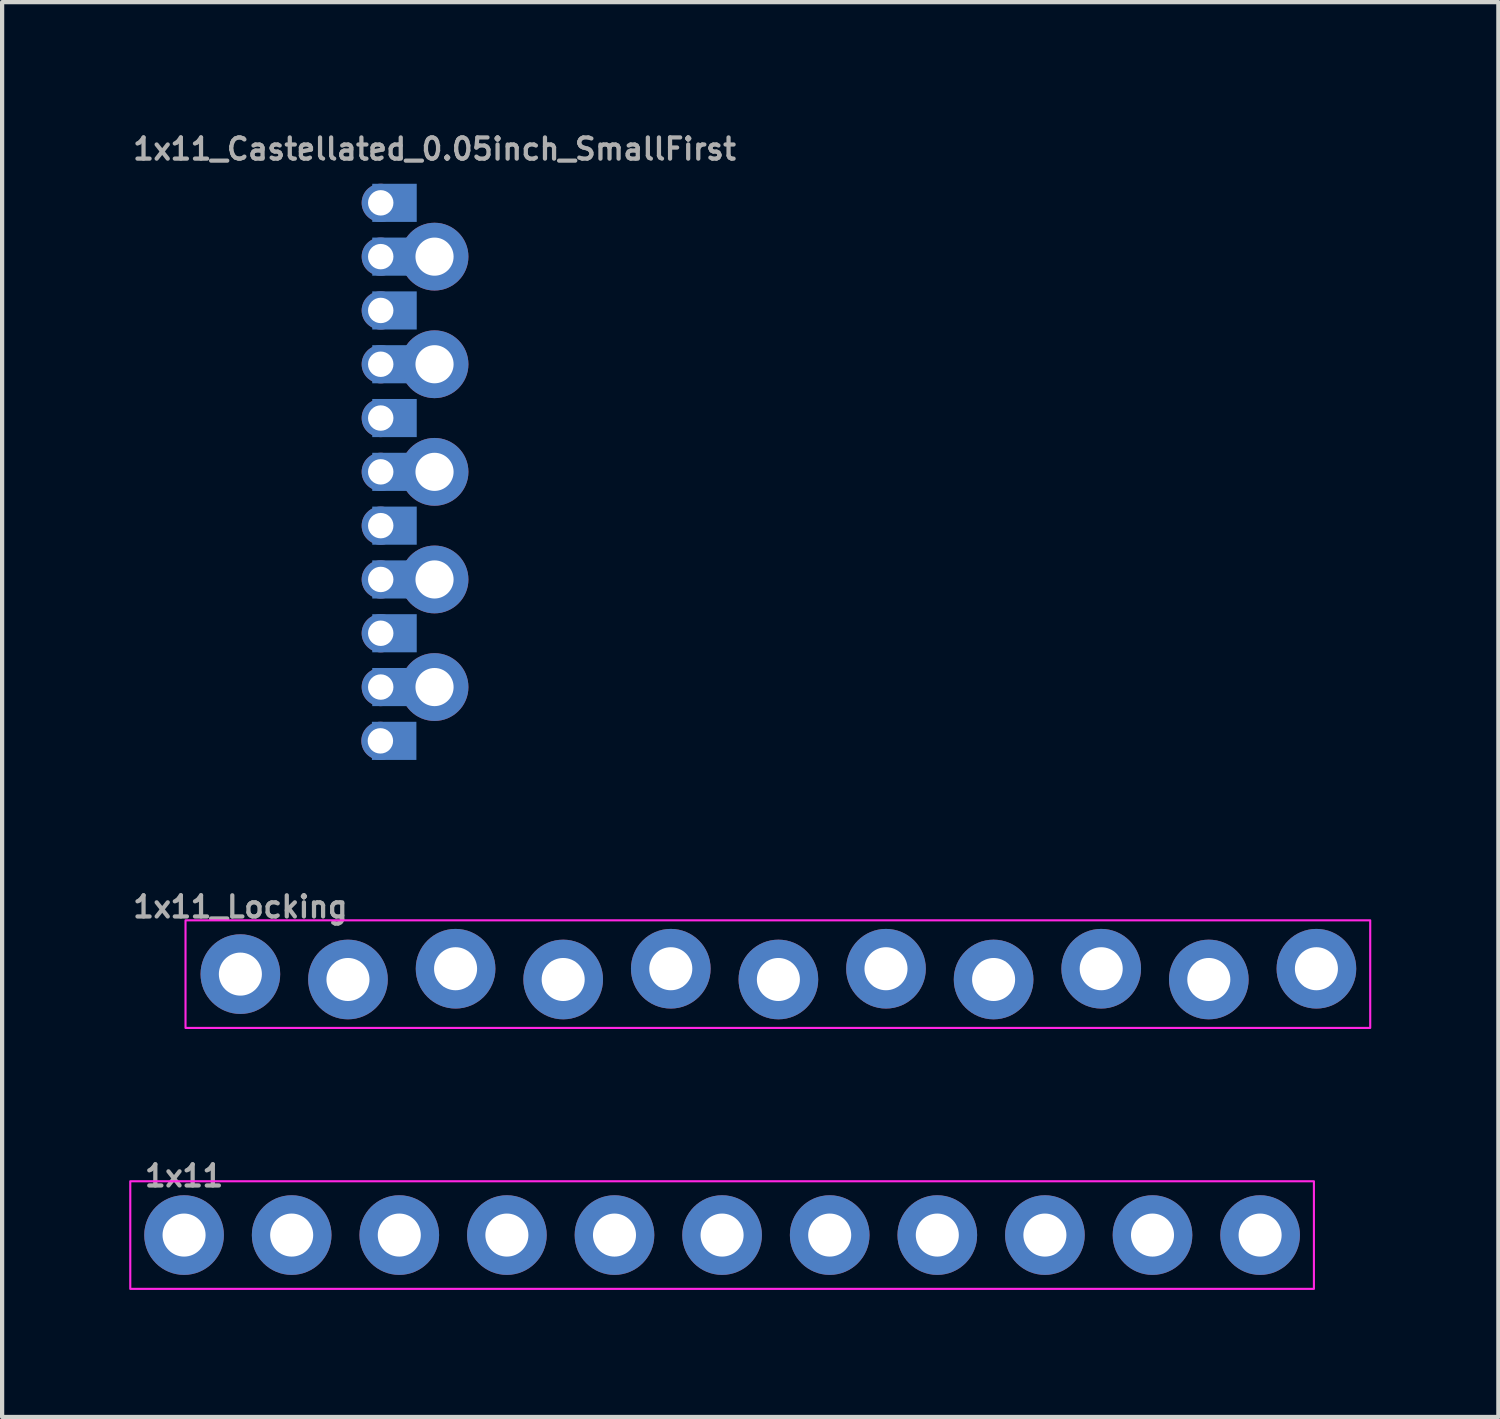
<source format=kicad_pcb>
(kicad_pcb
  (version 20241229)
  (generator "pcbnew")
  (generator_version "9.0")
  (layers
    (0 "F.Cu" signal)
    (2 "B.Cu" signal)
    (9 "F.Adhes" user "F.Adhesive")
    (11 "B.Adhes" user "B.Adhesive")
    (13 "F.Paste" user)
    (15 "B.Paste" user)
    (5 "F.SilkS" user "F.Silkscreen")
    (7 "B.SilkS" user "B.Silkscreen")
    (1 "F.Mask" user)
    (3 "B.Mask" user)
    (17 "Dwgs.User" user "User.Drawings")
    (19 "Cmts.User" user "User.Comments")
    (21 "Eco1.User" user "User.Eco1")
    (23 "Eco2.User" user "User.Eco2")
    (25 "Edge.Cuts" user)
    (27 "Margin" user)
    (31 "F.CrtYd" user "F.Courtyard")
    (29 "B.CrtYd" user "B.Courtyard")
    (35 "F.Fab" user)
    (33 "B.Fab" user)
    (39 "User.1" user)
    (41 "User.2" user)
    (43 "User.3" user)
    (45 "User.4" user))
  (footprint "1x11"
    (layer "F.Cu")
    (at 1.295 26.104)
    (property "Reference" "1x11" (at 0 -1.397 0) (layer "F.Fab") (effects (font (size 0.5 0.5) (thickness 0.1))))
    (fp_rect (start -1.27 -1.27) (end 26.67 1.27) (stroke (width 0.05) (type default)) (fill no) (layer "F.CrtYd"))
    (fp_poly (pts (xy -0.254 0.254) (xy 0.254 0.254) (xy 0.254 -0.254) (xy -0.254 -0.254)) (stroke (width 0.1) (type default)) (fill no) (layer "F.Fab"))
    (fp_poly (pts (xy 2.286 0.254) (xy 2.794 0.254) (xy 2.794 -0.254) (xy 2.286 -0.254)) (stroke (width 0.1) (type default)) (fill no) (layer "F.Fab"))
    (fp_poly (pts (xy 4.826 0.254) (xy 5.334 0.254) (xy 5.334 -0.254) (xy 4.826 -0.254)) (stroke (width 0.1) (type default)) (fill no) (layer "F.Fab"))
    (fp_poly (pts (xy 7.366 0.254) (xy 7.874 0.254) (xy 7.874 -0.254) (xy 7.366 -0.254)) (stroke (width 0.1) (type default)) (fill no) (layer "F.Fab"))
    (fp_poly (pts (xy 9.906 0.254) (xy 10.414 0.254) (xy 10.414 -0.254) (xy 9.906 -0.254)) (stroke (width 0.1) (type default)) (fill no) (layer "F.Fab"))
    (fp_poly (pts (xy 12.446 0.254) (xy 12.954 0.254) (xy 12.954 -0.254) (xy 12.446 -0.254)) (stroke (width 0.1) (type default)) (fill no) (layer "F.Fab"))
    (fp_poly (pts (xy 14.986 0.254) (xy 15.494 0.254) (xy 15.494 -0.254) (xy 14.986 -0.254)) (stroke (width 0.1) (type default)) (fill no) (layer "F.Fab"))
    (fp_poly (pts (xy 17.526 0.254) (xy 18.034 0.254) (xy 18.034 -0.254) (xy 17.526 -0.254)) (stroke (width 0.1) (type default)) (fill no) (layer "F.Fab"))
    (fp_poly (pts (xy 20.066 0.254) (xy 20.574 0.254) (xy 20.574 -0.254) (xy 20.066 -0.254)) (stroke (width 0.1) (type default)) (fill no) (layer "F.Fab"))
    (fp_poly (pts (xy 22.606 0.254) (xy 23.114 0.254) (xy 23.114 -0.254) (xy 22.606 -0.254)) (stroke (width 0.1) (type default)) (fill no) (layer "F.Fab"))
    (fp_poly (pts (xy 25.146 0.254) (xy 25.654 0.254) (xy 25.654 -0.254) (xy 25.146 -0.254)) (stroke (width 0.1) (type default)) (fill no) (layer "F.Fab"))
    (pad "1" thru_hole circle (at 0 0 90) (size 1.88 1.88) (drill 1.016) (layers "*.Cu" "*.Mask") (remove_unused_layers yes) (keep_end_layers yes) (zone_layer_connections))
    (pad "2" thru_hole circle (at 2.54 0 90) (size 1.88 1.88) (drill 1.016) (layers "*.Cu" "*.Mask") (remove_unused_layers yes) (keep_end_layers yes) (zone_layer_connections))
    (pad "3" thru_hole circle (at 5.08 0 90) (size 1.88 1.88) (drill 1.016) (layers "*.Cu" "*.Mask") (remove_unused_layers yes) (keep_end_layers yes) (zone_layer_connections))
    (pad "4" thru_hole circle (at 7.62 0 90) (size 1.88 1.88) (drill 1.016) (layers "*.Cu" "*.Mask") (remove_unused_layers yes) (keep_end_layers yes) (zone_layer_connections))
    (pad "5" thru_hole circle (at 10.16 0 90) (size 1.88 1.88) (drill 1.016) (layers "*.Cu" "*.Mask") (remove_unused_layers yes) (keep_end_layers yes) (zone_layer_connections))
    (pad "6" thru_hole circle (at 12.7 0 90) (size 1.88 1.88) (drill 1.016) (layers "*.Cu" "*.Mask") (remove_unused_layers yes) (keep_end_layers yes) (zone_layer_connections))
    (pad "7" thru_hole circle (at 15.24 0 90) (size 1.88 1.88) (drill 1.016) (layers "*.Cu" "*.Mask") (remove_unused_layers yes) (keep_end_layers yes) (zone_layer_connections))
    (pad "8" thru_hole circle (at 17.78 0 90) (size 1.88 1.88) (drill 1.016) (layers "*.Cu" "*.Mask") (remove_unused_layers yes) (keep_end_layers yes) (zone_layer_connections))
    (pad "9" thru_hole circle (at 20.32 0 90) (size 1.88 1.88) (drill 1.016) (layers "*.Cu" "*.Mask") (remove_unused_layers yes) (keep_end_layers yes) (zone_layer_connections))
    (pad "10" thru_hole circle (at 22.86 0 90) (size 1.88 1.88) (drill 1.016) (layers "*.Cu" "*.Mask") (remove_unused_layers yes) (keep_end_layers yes) (zone_layer_connections))
    (pad "11" thru_hole circle (at 25.4 0 90) (size 1.88 1.88) (drill 1.016) (layers "*.Cu" "*.Mask") (remove_unused_layers yes) (keep_end_layers yes) (zone_layer_connections)))
  (footprint "1x11_Castellated_0.05inch_SmallFirst"
    (layer "F.Cu")
    (at 7.207 14.438)
    (property "Reference" "1x11_Castellated_0.05inch_SmallFirst" (at 0 -13.97 0) (layer "F.Fab") (effects (font (size 0.5 0.5) (thickness 0.1))))
    (pad "1" thru_hole circle (at -1.278 0) (size 0.9 0.9) (drill 0.6) (property pad_prop_castellated) (layers "*.Cu" "*.Mask") (remove_unused_layers yes) (keep_end_layers yes) (zone_layer_connections))
    (pad "1" smd rect (at -0.953 0) (size 1.05 0.9) (property pad_prop_castellated) (layers "B.Cu" "B.Mask"))
    (pad "2" thru_hole circle (at -1.27 -1.27) (size 0.9 0.9) (drill 0.6) (property pad_prop_castellated) (layers "*.Cu" "*.Mask") (remove_unused_layers yes) (keep_end_layers yes) (zone_layer_connections))
    (pad "2" smd rect (at -0.945 -1.27) (size 1.05 0.9) (property pad_prop_castellated) (layers "B.Cu" "B.Mask"))
    (pad "2" thru_hole circle (at 0 -1.27 90) (size 1.6 1.6) (drill 0.9) (layers "*.Cu" "F.Mask") (remove_unused_layers yes) (keep_end_layers yes) (zone_layer_connections))
    (pad "3" thru_hole circle (at -1.27 -2.54) (size 0.9 0.9) (drill 0.6) (property pad_prop_castellated) (layers "*.Cu" "*.Mask") (remove_unused_layers yes) (keep_end_layers yes) (zone_layer_connections))
    (pad "3" smd rect (at -0.945 -2.54) (size 1.05 0.9) (property pad_prop_castellated) (layers "B.Cu" "B.Mask"))
    (pad "4" thru_hole circle (at -1.27 -3.81) (size 0.9 0.9) (drill 0.6) (property pad_prop_castellated) (layers "*.Cu" "*.Mask") (remove_unused_layers yes) (keep_end_layers yes) (zone_layer_connections))
    (pad "4" smd rect (at -0.945 -3.81) (size 1.05 0.9) (property pad_prop_castellated) (layers "B.Cu" "B.Mask"))
    (pad "4" thru_hole circle (at 0 -3.81 90) (size 1.6 1.6) (drill 0.9) (layers "*.Cu" "F.Mask") (remove_unused_layers yes) (keep_end_layers yes) (zone_layer_connections))
    (pad "5" thru_hole circle (at -1.27 -5.08) (size 0.9 0.9) (drill 0.6) (property pad_prop_castellated) (layers "*.Cu" "*.Mask") (remove_unused_layers yes) (keep_end_layers yes) (zone_layer_connections))
    (pad "5" smd rect (at -0.945 -5.08) (size 1.05 0.9) (property pad_prop_castellated) (layers "B.Cu" "B.Mask"))
    (pad "6" thru_hole circle (at -1.27 -6.35) (size 0.9 0.9) (drill 0.6) (property pad_prop_castellated) (layers "*.Cu" "*.Mask") (remove_unused_layers yes) (keep_end_layers yes) (zone_layer_connections))
    (pad "6" smd rect (at -0.945 -6.35) (size 1.05 0.9) (property pad_prop_castellated) (layers "B.Cu" "B.Mask"))
    (pad "6" thru_hole circle (at 0 -6.35 90) (size 1.6 1.6) (drill 0.9) (layers "*.Cu" "F.Mask") (remove_unused_layers yes) (keep_end_layers yes) (zone_layer_connections))
    (pad "7" thru_hole circle (at -1.27 -7.62) (size 0.9 0.9) (drill 0.6) (property pad_prop_castellated) (layers "*.Cu" "*.Mask") (remove_unused_layers yes) (keep_end_layers yes) (zone_layer_connections))
    (pad "7" smd rect (at -0.945 -7.62) (size 1.05 0.9) (property pad_prop_castellated) (layers "B.Cu" "B.Mask"))
    (pad "8" thru_hole circle (at -1.27 -8.89) (size 0.9 0.9) (drill 0.6) (property pad_prop_castellated) (layers "*.Cu" "*.Mask") (remove_unused_layers yes) (keep_end_layers yes) (zone_layer_connections))
    (pad "8" smd rect (at -0.945 -8.89) (size 1.05 0.9) (property pad_prop_castellated) (layers "B.Cu" "B.Mask"))
    (pad "8" thru_hole circle (at 0 -8.89 90) (size 1.6 1.6) (drill 0.9) (layers "*.Cu" "F.Mask") (remove_unused_layers yes) (keep_end_layers yes) (zone_layer_connections))
    (pad "9" thru_hole circle (at -1.27 -10.16) (size 0.9 0.9) (drill 0.6) (property pad_prop_castellated) (layers "*.Cu" "*.Mask") (remove_unused_layers yes) (keep_end_layers yes) (zone_layer_connections))
    (pad "9" smd rect (at -0.945 -10.16) (size 1.05 0.9) (property pad_prop_castellated) (layers "B.Cu" "B.Mask"))
    (pad "10" thru_hole circle (at -1.27 -11.43) (size 0.9 0.9) (drill 0.6) (property pad_prop_castellated) (layers "*.Cu" "*.Mask") (remove_unused_layers yes) (keep_end_layers yes) (zone_layer_connections))
    (pad "10" smd rect (at -0.945 -11.43) (size 1.05 0.9) (property pad_prop_castellated) (layers "B.Cu" "B.Mask"))
    (pad "10" thru_hole circle (at 0 -11.43 90) (size 1.6 1.6) (drill 0.9) (layers "*.Cu" "F.Mask") (remove_unused_layers yes) (keep_end_layers yes) (zone_layer_connections))
    (pad "11" thru_hole circle (at -1.27 -12.7) (size 0.9 0.9) (drill 0.6) (property pad_prop_castellated) (layers "*.Cu" "*.Mask") (remove_unused_layers yes) (keep_end_layers yes) (zone_layer_connections))
    (pad "11" smd rect (at -0.945 -12.7) (size 1.05 0.9) (property pad_prop_castellated) (layers "B.Cu" "B.Mask")))
  (footprint "1x11_Locking"
    (layer "F.Cu")
    (at 2.624 19.944)
    (property "Reference" "1x11_Locking" (at 0 -1.587 0) (layer "F.Fab") (effects (font (size 0.5 0.5) (thickness 0.1))))
    (fp_rect (start -1.295 -1.27) (end 26.67 1.27) (stroke (width 0.05) (type default)) (fill no) (layer "F.CrtYd"))
    (fp_poly (pts (xy -0.254 0.254) (xy 0.254 0.254) (xy 0.254 -0.254) (xy -0.254 -0.254)) (stroke (width 0.1) (type default)) (fill no) (layer "F.Fab"))
    (fp_poly (pts (xy 2.286 0.254) (xy 2.794 0.254) (xy 2.794 -0.254) (xy 2.286 -0.254)) (stroke (width 0.1) (type default)) (fill no) (layer "F.Fab"))
    (fp_poly (pts (xy 4.826 0.254) (xy 5.334 0.254) (xy 5.334 -0.254) (xy 4.826 -0.254)) (stroke (width 0.1) (type default)) (fill no) (layer "F.Fab"))
    (fp_poly (pts (xy 7.366 0.254) (xy 7.874 0.254) (xy 7.874 -0.254) (xy 7.366 -0.254)) (stroke (width 0.1) (type default)) (fill no) (layer "F.Fab"))
    (fp_poly (pts (xy 9.906 0.254) (xy 10.414 0.254) (xy 10.414 -0.254) (xy 9.906 -0.254)) (stroke (width 0.1) (type default)) (fill no) (layer "F.Fab"))
    (fp_poly (pts (xy 12.446 0.254) (xy 12.954 0.254) (xy 12.954 -0.254) (xy 12.446 -0.254)) (stroke (width 0.1) (type default)) (fill no) (layer "F.Fab"))
    (fp_poly (pts (xy 14.986 0.254) (xy 15.494 0.254) (xy 15.494 -0.254) (xy 14.986 -0.254)) (stroke (width 0.1) (type default)) (fill no) (layer "F.Fab"))
    (fp_poly (pts (xy 17.526 0.254) (xy 18.034 0.254) (xy 18.034 -0.254) (xy 17.526 -0.254)) (stroke (width 0.1) (type default)) (fill no) (layer "F.Fab"))
    (fp_poly (pts (xy 20.066 0.254) (xy 20.574 0.254) (xy 20.574 -0.254) (xy 20.066 -0.254)) (stroke (width 0.1) (type default)) (fill no) (layer "F.Fab"))
    (fp_poly (pts (xy 22.606 0.254) (xy 23.114 0.254) (xy 23.114 -0.254) (xy 22.606 -0.254)) (stroke (width 0.1) (type default)) (fill no) (layer "F.Fab"))
    (fp_poly (pts (xy 25.146 0.254) (xy 25.654 0.254) (xy 25.654 -0.254) (xy 25.146 -0.254)) (stroke (width 0.1) (type default)) (fill no) (layer "F.Fab"))
    (pad "1" thru_hole circle (at 0 0 90) (size 1.88 1.88) (drill 1.016) (layers "*.Cu" "*.Mask") (remove_unused_layers yes) (keep_end_layers yes) (zone_layer_connections))
    (pad "2" thru_hole circle (at 2.54 0.127 90) (size 1.88 1.88) (drill 1.016) (layers "*.Cu" "*.Mask") (remove_unused_layers yes) (keep_end_layers yes) (zone_layer_connections))
    (pad "3" thru_hole circle (at 5.08 -0.127 90) (size 1.88 1.88) (drill 1.016) (layers "*.Cu" "*.Mask") (remove_unused_layers yes) (keep_end_layers yes) (zone_layer_connections))
    (pad "4" thru_hole circle (at 7.62 0.127 90) (size 1.88 1.88) (drill 1.016) (layers "*.Cu" "*.Mask") (remove_unused_layers yes) (keep_end_layers yes) (zone_layer_connections))
    (pad "5" thru_hole circle (at 10.16 -0.127 90) (size 1.88 1.88) (drill 1.016) (layers "*.Cu" "*.Mask") (remove_unused_layers yes) (keep_end_layers yes) (zone_layer_connections))
    (pad "6" thru_hole circle (at 12.7 0.127 90) (size 1.88 1.88) (drill 1.016) (layers "*.Cu" "*.Mask") (remove_unused_layers yes) (keep_end_layers yes) (zone_layer_connections))
    (pad "7" thru_hole circle (at 15.24 -0.127 90) (size 1.88 1.88) (drill 1.016) (layers "*.Cu" "*.Mask") (remove_unused_layers yes) (keep_end_layers yes) (zone_layer_connections))
    (pad "8" thru_hole circle (at 17.78 0.127 90) (size 1.88 1.88) (drill 1.016) (layers "*.Cu" "*.Mask") (remove_unused_layers yes) (keep_end_layers yes) (zone_layer_connections))
    (pad "9" thru_hole circle (at 20.32 -0.127 90) (size 1.88 1.88) (drill 1.016) (layers "*.Cu" "*.Mask") (remove_unused_layers yes) (keep_end_layers yes) (zone_layer_connections))
    (pad "10" thru_hole circle (at 22.86 0.127 90) (size 1.88 1.88) (drill 1.016) (layers "*.Cu" "*.Mask") (remove_unused_layers yes) (keep_end_layers yes) (zone_layer_connections))
    (pad "11" thru_hole circle (at 25.4 -0.127 90) (size 1.88 1.88) (drill 1.016) (layers "*.Cu" "*.Mask") (remove_unused_layers yes) (keep_end_layers yes) (zone_layer_connections)))
  (gr_rect
    (start -3 -3)
    (end 32.319 30.398)
    (stroke (width 0.1) (type default))
    (fill no)
    (layer "Edge.Cuts")))
</source>
